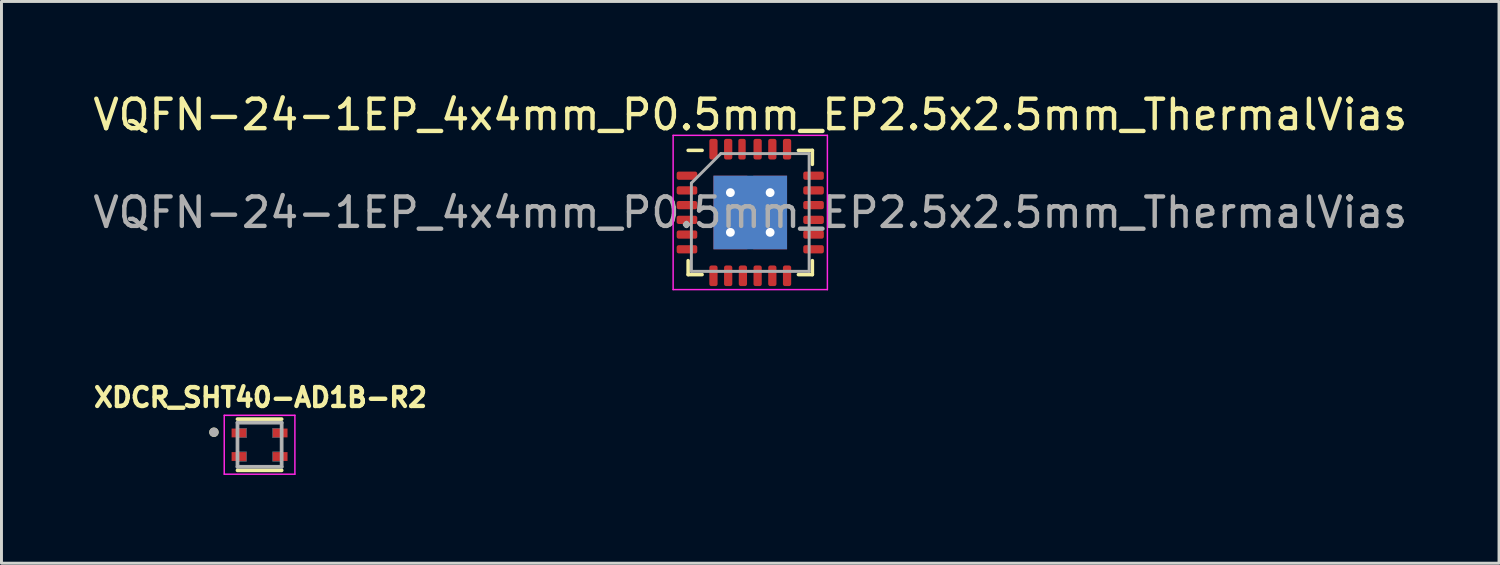
<source format=kicad_pcb>
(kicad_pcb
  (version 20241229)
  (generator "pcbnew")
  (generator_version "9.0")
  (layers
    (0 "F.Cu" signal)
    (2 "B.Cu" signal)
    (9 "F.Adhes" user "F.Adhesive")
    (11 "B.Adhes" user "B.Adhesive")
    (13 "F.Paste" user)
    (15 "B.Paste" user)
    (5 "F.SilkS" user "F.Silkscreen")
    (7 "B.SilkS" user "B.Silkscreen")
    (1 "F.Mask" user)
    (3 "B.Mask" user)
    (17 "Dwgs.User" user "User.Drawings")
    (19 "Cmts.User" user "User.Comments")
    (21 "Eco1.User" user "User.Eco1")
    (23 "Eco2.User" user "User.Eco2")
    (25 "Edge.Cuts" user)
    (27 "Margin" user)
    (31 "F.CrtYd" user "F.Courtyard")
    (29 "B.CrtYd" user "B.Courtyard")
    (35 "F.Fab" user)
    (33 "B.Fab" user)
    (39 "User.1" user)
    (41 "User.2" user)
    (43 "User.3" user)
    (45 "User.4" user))
  (footprint "XDCR_SHT40-AD1B-R2"
    (layer "F.Cu")
    (at 5.767 12.057)
    (property "Reference" "XDCR_SHT40-AD1B-R2" (at 0.032 -1.606 0) (layer "F.SilkS") (effects (font (size 0.64 0.64) (thickness 0.15))))
    (attr through_hole)
    (fp_line (start -0.75 -0.87) (end 0.75 -0.87) (stroke (width 0.127) (type solid)) (layer "F.SilkS"))
    (fp_line (start 0.75 0.87) (end -0.75 0.87) (stroke (width 0.127) (type solid)) (layer "F.SilkS"))
    (fp_circle (center -1.55 -0.425) (end -1.47 -0.425) (stroke (width 0.16) (type solid)) (fill no) (layer "F.SilkS"))
    (fp_poly (pts (xy -0.75 -0.24) (xy -0.44 -0.24) (xy -0.44 -0.56) (xy -0.75 -0.56) (xy -0.75 -0.75) (xy 0.75 -0.75) (xy 0.75 -0.56) (xy 0.44 -0.56) (xy 0.44 -0.24) (xy 0.75 -0.24) (xy 0.75 0.24) (xy 0.44 0.24) (xy 0.44 0.56) (xy 0.75 0.56) (xy 0.75 0.75) (xy -0.75 0.75) (xy -0.75 0.56) (xy -0.44 0.56) (xy -0.44 0.24) (xy -0.75 0.24)) (stroke (width 0.01) (type solid)) (fill no) (layer "Dwgs.User"))
    (fp_line (start -1.2 -1) (end -1.2 1) (stroke (width 0.05) (type solid)) (layer "F.CrtYd"))
    (fp_line (start -1.2 1) (end 1.2 1) (stroke (width 0.05) (type solid)) (layer "F.CrtYd"))
    (fp_line (start 1.2 -1) (end -1.2 -1) (stroke (width 0.05) (type solid)) (layer "F.CrtYd"))
    (fp_line (start 1.2 1) (end 1.2 -1) (stroke (width 0.05) (type solid)) (layer "F.CrtYd"))
    (fp_line (start -0.75 -0.75) (end -0.75 0.75) (stroke (width 0.127) (type solid)) (layer "F.Fab"))
    (fp_line (start -0.75 -0.75) (end 0.75 -0.75) (stroke (width 0.127) (type solid)) (layer "F.Fab"))
    (fp_line (start 0.75 0.75) (end -0.75 0.75) (stroke (width 0.127) (type solid)) (layer "F.Fab"))
    (fp_line (start 0.75 0.75) (end 0.75 -0.75) (stroke (width 0.127) (type solid)) (layer "F.Fab"))
    (fp_circle (center -1.55 -0.425) (end -1.47 -0.425) (stroke (width 0.16) (type solid)) (fill no) (layer "F.Fab"))
    (pad "1" smd rect (at -0.7 -0.4) (size 0.5 0.3) (layers "F.Cu" "F.Mask" "F.Paste"))
    (pad "2" smd rect (at -0.7 0.4) (size 0.5 0.3) (layers "F.Cu" "F.Mask" "F.Paste"))
    (pad "3" smd rect (at 0.7 0.4) (size 0.5 0.3) (layers "F.Cu" "F.Mask" "F.Paste"))
    (pad "4" smd rect (at 0.7 -0.4) (size 0.5 0.3) (layers "F.Cu" "F.Mask" "F.Paste")))
  (footprint "VQFN-24-1EP_4x4mm_P0.5mm_EP2.5x2.5mm_ThermalVias"
    (layer "F.Cu")
    (at 22.435 4.168)
    (property "Reference" "VQFN-24-1EP_4x4mm_P0.5mm_EP2.5x2.5mm_ThermalVias" (at 0 -3.32 0) (layer "F.SilkS") (effects (font (size 1 1) (thickness 0.15))))
    (attr smd)
    (fp_line (start -2.11 2.11) (end -2.11 1.635) (stroke (width 0.12) (type solid)) (layer "F.SilkS"))
    (fp_line (start -1.635 -2.11) (end -2.11 -2.11) (stroke (width 0.12) (type solid)) (layer "F.SilkS"))
    (fp_line (start -1.635 2.11) (end -2.11 2.11) (stroke (width 0.12) (type solid)) (layer "F.SilkS"))
    (fp_line (start 1.635 -2.11) (end 2.11 -2.11) (stroke (width 0.12) (type solid)) (layer "F.SilkS"))
    (fp_line (start 1.635 2.11) (end 2.11 2.11) (stroke (width 0.12) (type solid)) (layer "F.SilkS"))
    (fp_line (start 2.11 -2.11) (end 2.11 -1.635) (stroke (width 0.12) (type solid)) (layer "F.SilkS"))
    (fp_line (start 2.11 2.11) (end 2.11 1.635) (stroke (width 0.12) (type solid)) (layer "F.SilkS"))
    (fp_line (start -2.62 -2.62) (end -2.62 2.62) (stroke (width 0.05) (type solid)) (layer "F.CrtYd"))
    (fp_line (start -2.62 2.62) (end 2.62 2.62) (stroke (width 0.05) (type solid)) (layer "F.CrtYd"))
    (fp_line (start 2.62 -2.62) (end -2.62 -2.62) (stroke (width 0.05) (type solid)) (layer "F.CrtYd"))
    (fp_line (start 2.62 2.62) (end 2.62 -2.62) (stroke (width 0.05) (type solid)) (layer "F.CrtYd"))
    (fp_line (start -2 -1) (end -1 -2) (stroke (width 0.1) (type solid)) (layer "F.Fab"))
    (fp_line (start -2 2) (end -2 -1) (stroke (width 0.1) (type solid)) (layer "F.Fab"))
    (fp_line (start -1 -2) (end 2 -2) (stroke (width 0.1) (type solid)) (layer "F.Fab"))
    (fp_line (start 2 -2) (end 2 2) (stroke (width 0.1) (type solid)) (layer "F.Fab"))
    (fp_line (start 2 2) (end -2 2) (stroke (width 0.1) (type solid)) (layer "F.Fab"))
    (fp_text user "${REFERENCE}" (at 0 0 0) (layer "F.Fab") (effects (font (size 1 1) (thickness 0.15))))
    (pad "" smd custom (at -0.675 -0.675) (size 0.779 0.779) (layers "F.Paste") (options (anchor circle)) (primitives (gr_poly (pts (xy -0.315 -0.192) (xy -0.192 -0.315) (xy 0.192 -0.315) (xy 0.315 -0.192) (xy 0.315 0.192) (xy 0.192 0.315) (xy -0.192 0.315) (xy -0.315 0.192)) (width 0.297) (fill yes))))
    (pad "" smd custom (at -0.675 0.675) (size 0.779 0.779) (layers "F.Paste") (options (anchor circle)) (primitives (gr_poly (pts (xy -0.315 -0.192) (xy -0.192 -0.315) (xy 0.192 -0.315) (xy 0.315 -0.192) (xy 0.315 0.192) (xy 0.192 0.315) (xy -0.192 0.315) (xy -0.315 0.192)) (width 0.297) (fill yes))))
    (pad "" smd custom (at 0.675 -0.675) (size 0.779 0.779) (layers "F.Paste") (options (anchor circle)) (primitives (gr_poly (pts (xy -0.315 -0.192) (xy -0.192 -0.315) (xy 0.192 -0.315) (xy 0.315 -0.192) (xy 0.315 0.192) (xy 0.192 0.315) (xy -0.192 0.315) (xy -0.315 0.192)) (width 0.297) (fill yes))))
    (pad "" smd custom (at 0.675 0.675) (size 0.779 0.779) (layers "F.Paste") (options (anchor circle)) (primitives (gr_poly (pts (xy -0.315 -0.192) (xy -0.192 -0.315) (xy 0.192 -0.315) (xy 0.315 -0.192) (xy 0.315 0.192) (xy 0.192 0.315) (xy -0.192 0.315) (xy -0.315 0.192)) (width 0.297) (fill yes))))
    (pad "1" smd roundrect (at -2.15 -1.25) (size 0.7 0.28) (layers "F.Cu" "F.Mask" "F.Paste") (roundrect_rratio 0.25))
    (pad "2" smd roundrect (at -2.15 -0.75) (size 0.7 0.28) (layers "F.Cu" "F.Mask" "F.Paste") (roundrect_rratio 0.25))
    (pad "3" smd roundrect (at -2.15 -0.25) (size 0.7 0.28) (layers "F.Cu" "F.Mask" "F.Paste") (roundrect_rratio 0.25))
    (pad "4" smd roundrect (at -2.15 0.25) (size 0.7 0.28) (layers "F.Cu" "F.Mask" "F.Paste") (roundrect_rratio 0.25))
    (pad "5" smd roundrect (at -2.15 0.75) (size 0.7 0.28) (layers "F.Cu" "F.Mask" "F.Paste") (roundrect_rratio 0.25))
    (pad "6" smd roundrect (at -2.15 1.25) (size 0.7 0.28) (layers "F.Cu" "F.Mask" "F.Paste") (roundrect_rratio 0.25))
    (pad "7" smd roundrect (at -1.25 2.15) (size 0.28 0.7) (layers "F.Cu" "F.Mask" "F.Paste") (roundrect_rratio 0.25))
    (pad "8" smd roundrect (at -0.75 2.15) (size 0.28 0.7) (layers "F.Cu" "F.Mask" "F.Paste") (roundrect_rratio 0.25))
    (pad "9" smd roundrect (at -0.25 2.15) (size 0.28 0.7) (layers "F.Cu" "F.Mask" "F.Paste") (roundrect_rratio 0.25))
    (pad "10" smd roundrect (at 0.25 2.15) (size 0.28 0.7) (layers "F.Cu" "F.Mask" "F.Paste") (roundrect_rratio 0.25))
    (pad "11" smd roundrect (at 0.75 2.15) (size 0.28 0.7) (layers "F.Cu" "F.Mask" "F.Paste") (roundrect_rratio 0.25))
    (pad "12" smd roundrect (at 1.25 2.15) (size 0.28 0.7) (layers "F.Cu" "F.Mask" "F.Paste") (roundrect_rratio 0.25))
    (pad "13" smd roundrect (at 2.15 1.25) (size 0.7 0.28) (layers "F.Cu" "F.Mask" "F.Paste") (roundrect_rratio 0.25))
    (pad "14" smd roundrect (at 2.15 0.75) (size 0.7 0.28) (layers "F.Cu" "F.Mask" "F.Paste") (roundrect_rratio 0.25))
    (pad "15" smd roundrect (at 2.15 0.25) (size 0.7 0.28) (layers "F.Cu" "F.Mask" "F.Paste") (roundrect_rratio 0.25))
    (pad "16" smd roundrect (at 2.15 -0.25) (size 0.7 0.28) (layers "F.Cu" "F.Mask" "F.Paste") (roundrect_rratio 0.25))
    (pad "17" smd roundrect (at 2.15 -0.75) (size 0.7 0.28) (layers "F.Cu" "F.Mask" "F.Paste") (roundrect_rratio 0.25))
    (pad "18" smd roundrect (at 2.15 -1.25) (size 0.7 0.28) (layers "F.Cu" "F.Mask" "F.Paste") (roundrect_rratio 0.25))
    (pad "19" smd roundrect (at 1.25 -2.15) (size 0.28 0.7) (layers "F.Cu" "F.Mask" "F.Paste") (roundrect_rratio 0.25))
    (pad "20" smd roundrect (at 0.75 -2.15) (size 0.28 0.7) (layers "F.Cu" "F.Mask" "F.Paste") (roundrect_rratio 0.25))
    (pad "21" smd roundrect (at 0.25 -2.15) (size 0.28 0.7) (layers "F.Cu" "F.Mask" "F.Paste") (roundrect_rratio 0.25))
    (pad "22" smd roundrect (at -0.28 -2.15) (size 0.25 0.7) (layers "F.Cu" "F.Mask" "F.Paste") (roundrect_rratio 0.25))
    (pad "23" smd roundrect (at -0.75 -2.15) (size 0.28 0.7) (layers "F.Cu" "F.Mask" "F.Paste") (roundrect_rratio 0.25))
    (pad "24" smd roundrect (at -1.25 -2.15) (size 0.28 0.7) (layers "F.Cu" "F.Mask" "F.Paste") (roundrect_rratio 0.25))
    (pad "25" thru_hole circle (at -0.675 -0.675) (size 0.5 0.5) (drill 0.3) (layers "*.Cu"))
    (pad "25" smd rect (at -0.675 -0.675) (size 1.15 1.15) (layers "F.Cu" "F.Mask"))
    (pad "25" thru_hole circle (at -0.675 0.675) (size 0.5 0.5) (drill 0.3) (layers "*.Cu"))
    (pad "25" smd rect (at -0.675 0.675) (size 1.15 1.15) (layers "F.Cu" "F.Mask"))
    (pad "25" smd rect (at 0 0) (size 2.5 2.5) (layers "B.Cu"))
    (pad "25" thru_hole circle (at 0.675 -0.675) (size 0.5 0.5) (drill 0.3) (layers "*.Cu"))
    (pad "25" smd rect (at 0.675 -0.675) (size 1.15 1.15) (layers "F.Cu" "F.Mask"))
    (pad "25" thru_hole circle (at 0.675 0.675) (size 0.5 0.5) (drill 0.3) (layers "*.Cu"))
    (pad "25" smd rect (at 0.675 0.675) (size 1.15 1.15) (layers "F.Cu" "F.Mask"))
    (zone (net_name "") (layer "F.Cu") (hatch edge 0.5) (connect_pads) (min_thickness 0.25) (filled_areas_thickness no) (keepout (tracks allowed) (vias allowed) (pads allowed) (copperpour not_allowed) (footprints allowed)) (placement (enabled no)) (fill) (polygon (pts (xy 24.335 2.268) (xy 20.535 2.268) (xy 20.535 6.068) (xy 24.335 6.068)))))
  (gr_rect
    (start -3 -3)
    (end 47.869 16.082)
    (stroke (width 0.1) (type default))
    (fill no)
    (layer "Edge.Cuts")))
</source>
